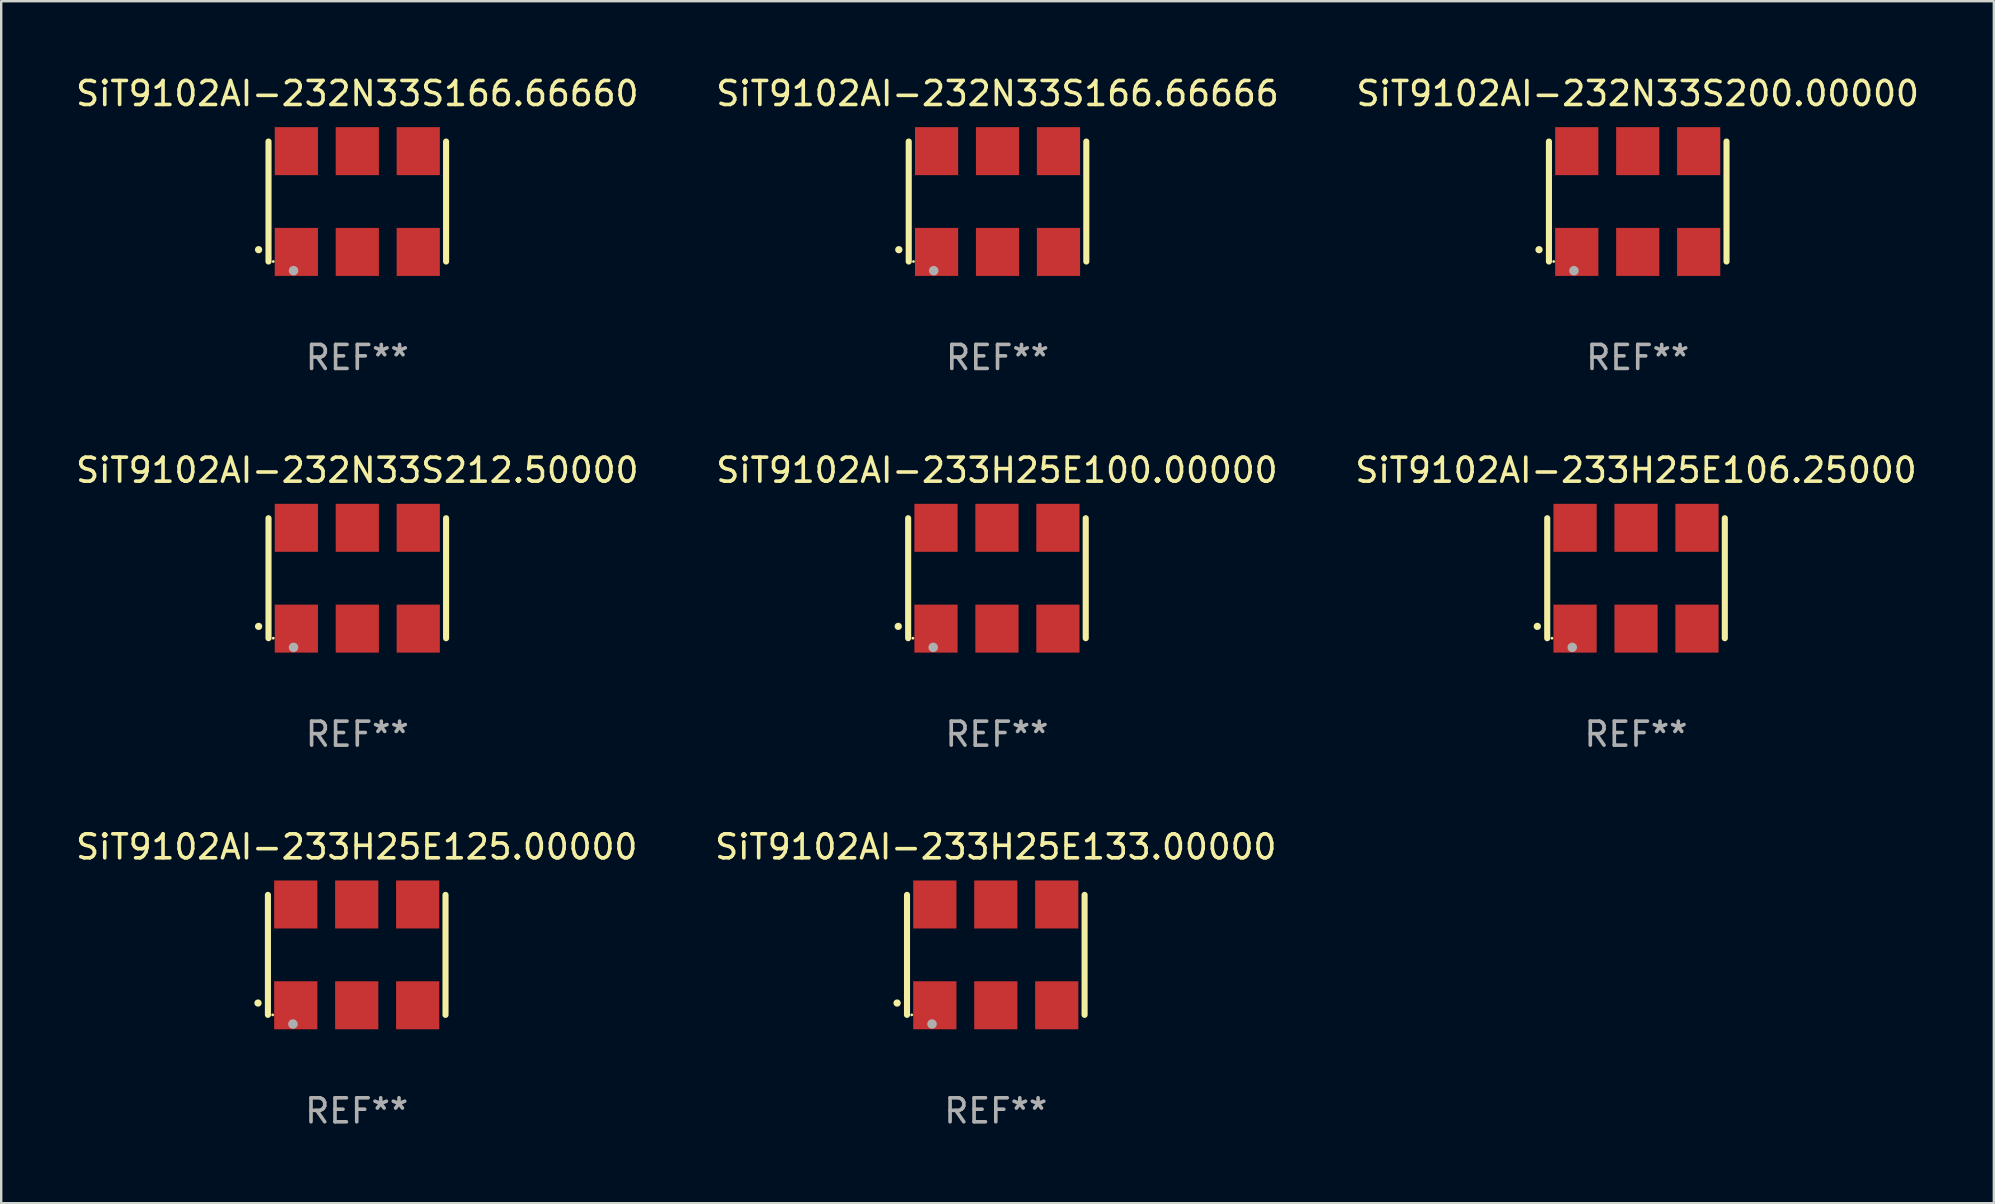
<source format=kicad_pcb>
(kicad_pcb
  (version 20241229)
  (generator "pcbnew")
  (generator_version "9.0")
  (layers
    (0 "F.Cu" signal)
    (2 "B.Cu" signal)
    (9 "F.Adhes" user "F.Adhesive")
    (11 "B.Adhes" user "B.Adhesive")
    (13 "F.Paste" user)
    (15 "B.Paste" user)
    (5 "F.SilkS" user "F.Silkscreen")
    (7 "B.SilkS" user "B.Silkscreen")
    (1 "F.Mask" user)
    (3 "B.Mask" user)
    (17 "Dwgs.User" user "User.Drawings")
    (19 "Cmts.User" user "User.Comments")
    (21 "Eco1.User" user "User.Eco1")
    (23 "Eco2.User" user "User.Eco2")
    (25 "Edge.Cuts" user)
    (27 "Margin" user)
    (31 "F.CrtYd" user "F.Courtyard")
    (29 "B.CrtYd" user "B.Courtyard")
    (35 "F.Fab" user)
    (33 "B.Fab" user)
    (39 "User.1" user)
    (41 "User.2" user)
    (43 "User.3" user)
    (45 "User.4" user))
  (footprint "SiT9102AI-233H25E106.25000"
    (layer "F.Cu")
    (at 65.125 21.045)
    (property "Reference" "SiT9102AI-233H25E106.25000" (at 0 -4.5 0) (layer "F.SilkS") (effects (font (size 1 1) (thickness 0.15))))
    (attr through_hole)
    (fp_line (start -3.7 -2.5) (end -3.7 2.5) (stroke (width 0.254) (type solid)) (layer "F.SilkS"))
    (fp_line (start 3.7 -2.5) (end 3.7 2.5) (stroke (width 0.254) (type solid)) (layer "F.SilkS"))
    (fp_arc (start -4.114415 2.006604) (mid -4.113145 2.006599) (end -4.111875 2.006604) (stroke (width 0.3) (type solid)) (layer "F.SilkS"))
    (fp_circle (center -3.502 2.5) (end -3.472 2.5) (stroke (width 0.06) (type solid)) (fill no) (layer "F.SilkS"))
    (fp_circle (center -2.657 2.882) (end -2.557 2.882) (stroke (width 0.2) (type solid)) (fill no) (layer "F.Fab"))
    (fp_text user "REF**" (at 0 6.5 0) (layer "F.Fab") (effects (font (size 1 1) (thickness 0.15))))
    (pad "1" smd rect (at -2.54 2.1) (size 1.8 2) (layers "F.Cu" "F.Mask" "F.Paste"))
    (pad "2" smd rect (at 0.000394 2.1) (size 1.8 2) (layers "F.Cu" "F.Mask" "F.Paste"))
    (pad "3" smd rect (at 2.54 2.1) (size 1.8 2) (layers "F.Cu" "F.Mask" "F.Paste"))
    (pad "4" smd rect (at 2.54 -2.1) (size 1.8 2) (layers "F.Cu" "F.Mask" "F.Paste"))
    (pad "5" smd rect (at 0.000394 -2.1) (size 1.8 2) (layers "F.Cu" "F.Mask" "F.Paste"))
    (pad "6" smd rect (at -2.54 -2.1) (size 1.8 2) (layers "F.Cu" "F.Mask" "F.Paste")))
  (footprint "SiT9102AI-232N33S166.66666"
    (layer "F.Cu")
    (at 38.518 5.348)
    (property "Reference" "SiT9102AI-232N33S166.66666" (at 0 -4.5 0) (layer "F.SilkS") (effects (font (size 1 1) (thickness 0.15))))
    (attr through_hole)
    (fp_line (start -3.7 -2.5) (end -3.7 2.5) (stroke (width 0.254) (type solid)) (layer "F.SilkS"))
    (fp_line (start 3.7 -2.5) (end 3.7 2.5) (stroke (width 0.254) (type solid)) (layer "F.SilkS"))
    (fp_arc (start -4.114415 2.006604) (mid -4.113145 2.006599) (end -4.111875 2.006604) (stroke (width 0.3) (type solid)) (layer "F.SilkS"))
    (fp_circle (center -3.502 2.5) (end -3.472 2.5) (stroke (width 0.06) (type solid)) (fill no) (layer "F.SilkS"))
    (fp_circle (center -2.657 2.882) (end -2.557 2.882) (stroke (width 0.2) (type solid)) (fill no) (layer "F.Fab"))
    (fp_text user "REF**" (at 0 6.5 0) (layer "F.Fab") (effects (font (size 1 1) (thickness 0.15))))
    (pad "1" smd rect (at -2.54 2.1) (size 1.8 2) (layers "F.Cu" "F.Mask" "F.Paste"))
    (pad "2" smd rect (at 0.000394 2.1) (size 1.8 2) (layers "F.Cu" "F.Mask" "F.Paste"))
    (pad "3" smd rect (at 2.54 2.1) (size 1.8 2) (layers "F.Cu" "F.Mask" "F.Paste"))
    (pad "4" smd rect (at 2.54 -2.1) (size 1.8 2) (layers "F.Cu" "F.Mask" "F.Paste"))
    (pad "5" smd rect (at 0.000394 -2.1) (size 1.8 2) (layers "F.Cu" "F.Mask" "F.Paste"))
    (pad "6" smd rect (at -2.54 -2.1) (size 1.8 2) (layers "F.Cu" "F.Mask" "F.Paste")))
  (footprint "SiT9102AI-233H25E100.00000"
    (layer "F.Cu")
    (at 38.494 21.045)
    (property "Reference" "SiT9102AI-233H25E100.00000" (at 0 -4.5 0) (layer "F.SilkS") (effects (font (size 1 1) (thickness 0.15))))
    (attr through_hole)
    (fp_line (start -3.7 -2.5) (end -3.7 2.5) (stroke (width 0.254) (type solid)) (layer "F.SilkS"))
    (fp_line (start 3.7 -2.5) (end 3.7 2.5) (stroke (width 0.254) (type solid)) (layer "F.SilkS"))
    (fp_arc (start -4.114415 2.006604) (mid -4.113145 2.006599) (end -4.111875 2.006604) (stroke (width 0.3) (type solid)) (layer "F.SilkS"))
    (fp_circle (center -3.502 2.5) (end -3.472 2.5) (stroke (width 0.06) (type solid)) (fill no) (layer "F.SilkS"))
    (fp_circle (center -2.657 2.882) (end -2.557 2.882) (stroke (width 0.2) (type solid)) (fill no) (layer "F.Fab"))
    (fp_text user "REF**" (at 0 6.5 0) (layer "F.Fab") (effects (font (size 1 1) (thickness 0.15))))
    (pad "1" smd rect (at -2.54 2.1) (size 1.8 2) (layers "F.Cu" "F.Mask" "F.Paste"))
    (pad "2" smd rect (at 0.000394 2.1) (size 1.8 2) (layers "F.Cu" "F.Mask" "F.Paste"))
    (pad "3" smd rect (at 2.54 2.1) (size 1.8 2) (layers "F.Cu" "F.Mask" "F.Paste"))
    (pad "4" smd rect (at 2.54 -2.1) (size 1.8 2) (layers "F.Cu" "F.Mask" "F.Paste"))
    (pad "5" smd rect (at 0.000394 -2.1) (size 1.8 2) (layers "F.Cu" "F.Mask" "F.Paste"))
    (pad "6" smd rect (at -2.54 -2.1) (size 1.8 2) (layers "F.Cu" "F.Mask" "F.Paste")))
  (footprint "SiT9102AI-233H25E133.00000"
    (layer "F.Cu")
    (at 38.446 36.741)
    (property "Reference" "SiT9102AI-233H25E133.00000" (at 0 -4.5 0) (layer "F.SilkS") (effects (font (size 1 1) (thickness 0.15))))
    (attr through_hole)
    (fp_line (start -3.7 -2.5) (end -3.7 2.5) (stroke (width 0.254) (type solid)) (layer "F.SilkS"))
    (fp_line (start 3.7 -2.5) (end 3.7 2.5) (stroke (width 0.254) (type solid)) (layer "F.SilkS"))
    (fp_arc (start -4.114415 2.006604) (mid -4.113145 2.006599) (end -4.111875 2.006604) (stroke (width 0.3) (type solid)) (layer "F.SilkS"))
    (fp_circle (center -3.502 2.5) (end -3.472 2.5) (stroke (width 0.06) (type solid)) (fill no) (layer "F.SilkS"))
    (fp_circle (center -2.657 2.882) (end -2.557 2.882) (stroke (width 0.2) (type solid)) (fill no) (layer "F.Fab"))
    (fp_text user "REF**" (at 0 6.5 0) (layer "F.Fab") (effects (font (size 1 1) (thickness 0.15))))
    (pad "1" smd rect (at -2.54 2.1) (size 1.8 2) (layers "F.Cu" "F.Mask" "F.Paste"))
    (pad "2" smd rect (at 0.000394 2.1) (size 1.8 2) (layers "F.Cu" "F.Mask" "F.Paste"))
    (pad "3" smd rect (at 2.54 2.1) (size 1.8 2) (layers "F.Cu" "F.Mask" "F.Paste"))
    (pad "4" smd rect (at 2.54 -2.1) (size 1.8 2) (layers "F.Cu" "F.Mask" "F.Paste"))
    (pad "5" smd rect (at 0.000394 -2.1) (size 1.8 2) (layers "F.Cu" "F.Mask" "F.Paste"))
    (pad "6" smd rect (at -2.54 -2.1) (size 1.8 2) (layers "F.Cu" "F.Mask" "F.Paste")))
  (footprint "SiT9102AI-232N33S166.66660"
    (layer "F.Cu")
    (at 11.839 5.348)
    (property "Reference" "SiT9102AI-232N33S166.66660" (at 0 -4.5 0) (layer "F.SilkS") (effects (font (size 1 1) (thickness 0.15))))
    (attr through_hole)
    (fp_line (start -3.7 -2.5) (end -3.7 2.5) (stroke (width 0.254) (type solid)) (layer "F.SilkS"))
    (fp_line (start 3.7 -2.5) (end 3.7 2.5) (stroke (width 0.254) (type solid)) (layer "F.SilkS"))
    (fp_arc (start -4.114415 2.006604) (mid -4.113145 2.006599) (end -4.111875 2.006604) (stroke (width 0.3) (type solid)) (layer "F.SilkS"))
    (fp_circle (center -3.502 2.5) (end -3.472 2.5) (stroke (width 0.06) (type solid)) (fill no) (layer "F.SilkS"))
    (fp_circle (center -2.657 2.882) (end -2.557 2.882) (stroke (width 0.2) (type solid)) (fill no) (layer "F.Fab"))
    (fp_text user "REF**" (at 0 6.5 0) (layer "F.Fab") (effects (font (size 1 1) (thickness 0.15))))
    (pad "1" smd rect (at -2.54 2.1) (size 1.8 2) (layers "F.Cu" "F.Mask" "F.Paste"))
    (pad "2" smd rect (at 0.000394 2.1) (size 1.8 2) (layers "F.Cu" "F.Mask" "F.Paste"))
    (pad "3" smd rect (at 2.54 2.1) (size 1.8 2) (layers "F.Cu" "F.Mask" "F.Paste"))
    (pad "4" smd rect (at 2.54 -2.1) (size 1.8 2) (layers "F.Cu" "F.Mask" "F.Paste"))
    (pad "5" smd rect (at 0.000394 -2.1) (size 1.8 2) (layers "F.Cu" "F.Mask" "F.Paste"))
    (pad "6" smd rect (at -2.54 -2.1) (size 1.8 2) (layers "F.Cu" "F.Mask" "F.Paste")))
  (footprint "SiT9102AI-232N33S212.50000"
    (layer "F.Cu")
    (at 11.839 21.045)
    (property "Reference" "SiT9102AI-232N33S212.50000" (at 0 -4.5 0) (layer "F.SilkS") (effects (font (size 1 1) (thickness 0.15))))
    (attr through_hole)
    (fp_line (start -3.7 -2.5) (end -3.7 2.5) (stroke (width 0.254) (type solid)) (layer "F.SilkS"))
    (fp_line (start 3.7 -2.5) (end 3.7 2.5) (stroke (width 0.254) (type solid)) (layer "F.SilkS"))
    (fp_arc (start -4.114415 2.006604) (mid -4.113145 2.006599) (end -4.111875 2.006604) (stroke (width 0.3) (type solid)) (layer "F.SilkS"))
    (fp_circle (center -3.502 2.5) (end -3.472 2.5) (stroke (width 0.06) (type solid)) (fill no) (layer "F.SilkS"))
    (fp_circle (center -2.657 2.882) (end -2.557 2.882) (stroke (width 0.2) (type solid)) (fill no) (layer "F.Fab"))
    (fp_text user "REF**" (at 0 6.5 0) (layer "F.Fab") (effects (font (size 1 1) (thickness 0.15))))
    (pad "1" smd rect (at -2.54 2.1) (size 1.8 2) (layers "F.Cu" "F.Mask" "F.Paste"))
    (pad "2" smd rect (at 0.000394 2.1) (size 1.8 2) (layers "F.Cu" "F.Mask" "F.Paste"))
    (pad "3" smd rect (at 2.54 2.1) (size 1.8 2) (layers "F.Cu" "F.Mask" "F.Paste"))
    (pad "4" smd rect (at 2.54 -2.1) (size 1.8 2) (layers "F.Cu" "F.Mask" "F.Paste"))
    (pad "5" smd rect (at 0.000394 -2.1) (size 1.8 2) (layers "F.Cu" "F.Mask" "F.Paste"))
    (pad "6" smd rect (at -2.54 -2.1) (size 1.8 2) (layers "F.Cu" "F.Mask" "F.Paste")))
  (footprint "SiT9102AI-233H25E125.00000"
    (layer "F.Cu")
    (at 11.815 36.741)
    (property "Reference" "SiT9102AI-233H25E125.00000" (at 0 -4.5 0) (layer "F.SilkS") (effects (font (size 1 1) (thickness 0.15))))
    (attr through_hole)
    (fp_line (start -3.7 -2.5) (end -3.7 2.5) (stroke (width 0.254) (type solid)) (layer "F.SilkS"))
    (fp_line (start 3.7 -2.5) (end 3.7 2.5) (stroke (width 0.254) (type solid)) (layer "F.SilkS"))
    (fp_arc (start -4.114415 2.006604) (mid -4.113145 2.006599) (end -4.111875 2.006604) (stroke (width 0.3) (type solid)) (layer "F.SilkS"))
    (fp_circle (center -3.502 2.5) (end -3.472 2.5) (stroke (width 0.06) (type solid)) (fill no) (layer "F.SilkS"))
    (fp_circle (center -2.657 2.882) (end -2.557 2.882) (stroke (width 0.2) (type solid)) (fill no) (layer "F.Fab"))
    (fp_text user "REF**" (at 0 6.5 0) (layer "F.Fab") (effects (font (size 1 1) (thickness 0.15))))
    (pad "1" smd rect (at -2.54 2.1) (size 1.8 2) (layers "F.Cu" "F.Mask" "F.Paste"))
    (pad "2" smd rect (at 0.000394 2.1) (size 1.8 2) (layers "F.Cu" "F.Mask" "F.Paste"))
    (pad "3" smd rect (at 2.54 2.1) (size 1.8 2) (layers "F.Cu" "F.Mask" "F.Paste"))
    (pad "4" smd rect (at 2.54 -2.1) (size 1.8 2) (layers "F.Cu" "F.Mask" "F.Paste"))
    (pad "5" smd rect (at 0.000394 -2.1) (size 1.8 2) (layers "F.Cu" "F.Mask" "F.Paste"))
    (pad "6" smd rect (at -2.54 -2.1) (size 1.8 2) (layers "F.Cu" "F.Mask" "F.Paste")))
  (footprint "SiT9102AI-232N33S200.00000"
    (layer "F.Cu")
    (at 65.196 5.348)
    (property "Reference" "SiT9102AI-232N33S200.00000" (at 0 -4.5 0) (layer "F.SilkS") (effects (font (size 1 1) (thickness 0.15))))
    (attr through_hole)
    (fp_line (start -3.7 -2.5) (end -3.7 2.5) (stroke (width 0.254) (type solid)) (layer "F.SilkS"))
    (fp_line (start 3.7 -2.5) (end 3.7 2.5) (stroke (width 0.254) (type solid)) (layer "F.SilkS"))
    (fp_arc (start -4.114415 2.006604) (mid -4.113145 2.006599) (end -4.111875 2.006604) (stroke (width 0.3) (type solid)) (layer "F.SilkS"))
    (fp_circle (center -3.502 2.5) (end -3.472 2.5) (stroke (width 0.06) (type solid)) (fill no) (layer "F.SilkS"))
    (fp_circle (center -2.657 2.882) (end -2.557 2.882) (stroke (width 0.2) (type solid)) (fill no) (layer "F.Fab"))
    (fp_text user "REF**" (at 0 6.5 0) (layer "F.Fab") (effects (font (size 1 1) (thickness 0.15))))
    (pad "1" smd rect (at -2.54 2.1) (size 1.8 2) (layers "F.Cu" "F.Mask" "F.Paste"))
    (pad "2" smd rect (at 0.000394 2.1) (size 1.8 2) (layers "F.Cu" "F.Mask" "F.Paste"))
    (pad "3" smd rect (at 2.54 2.1) (size 1.8 2) (layers "F.Cu" "F.Mask" "F.Paste"))
    (pad "4" smd rect (at 2.54 -2.1) (size 1.8 2) (layers "F.Cu" "F.Mask" "F.Paste"))
    (pad "5" smd rect (at 0.000394 -2.1) (size 1.8 2) (layers "F.Cu" "F.Mask" "F.Paste"))
    (pad "6" smd rect (at -2.54 -2.1) (size 1.8 2) (layers "F.Cu" "F.Mask" "F.Paste")))
  (gr_rect
    (start -3 -3)
    (end 80.036 47.09)
    (stroke (width 0.1) (type default))
    (fill no)
    (layer "Edge.Cuts")))
</source>
